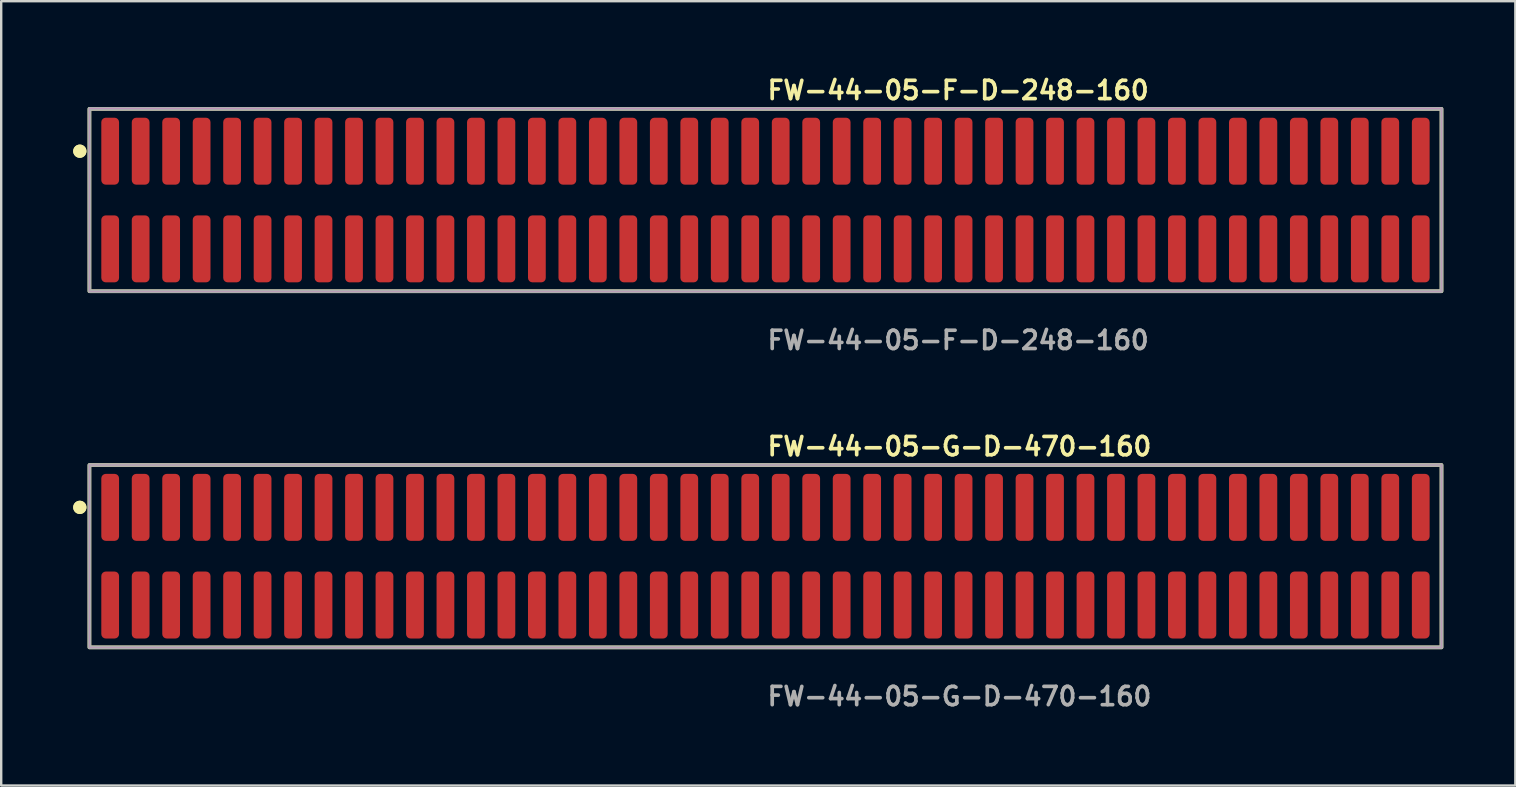
<source format=kicad_pcb>
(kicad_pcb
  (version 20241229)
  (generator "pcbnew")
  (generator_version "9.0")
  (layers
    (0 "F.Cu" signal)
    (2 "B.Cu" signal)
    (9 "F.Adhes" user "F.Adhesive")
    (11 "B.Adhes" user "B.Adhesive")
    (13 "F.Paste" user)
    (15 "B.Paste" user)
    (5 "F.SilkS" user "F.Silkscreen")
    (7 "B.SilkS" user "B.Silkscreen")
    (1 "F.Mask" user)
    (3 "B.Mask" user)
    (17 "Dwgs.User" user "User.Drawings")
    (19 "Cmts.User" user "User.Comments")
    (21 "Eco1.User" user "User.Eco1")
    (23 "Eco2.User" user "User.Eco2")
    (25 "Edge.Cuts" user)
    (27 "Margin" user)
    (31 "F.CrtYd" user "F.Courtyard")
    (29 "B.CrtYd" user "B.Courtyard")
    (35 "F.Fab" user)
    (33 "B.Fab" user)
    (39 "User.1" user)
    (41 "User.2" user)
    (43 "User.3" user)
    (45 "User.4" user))
  (footprint "FW-44-05-G-D-470-160"
    (layer "F.Cu")
    (at 28.846 20.126)
    (property "Reference" "FW-44-05-G-D-470-160" (at 0 -4.572 0) (unlocked yes) (layer "F.SilkS") (effects (font (size 0.762 0.762) (thickness 0.152)) (justify left)))
    (fp_rect (start -28.17 3.8) (end 28.17 -3.8) (stroke (width 0.152) (type solid)) (fill no) (layer "F.SilkS"))
    (fp_circle (center -28.57 -2.035) (end -28.77 -2.035) (stroke (width 0.152) (type solid)) (fill yes) (layer "F.SilkS"))
    (fp_circle (center -28.57 -2.035) (end -28.77 -2.035) (stroke (width 0.152) (type solid)) (fill yes) (layer "F.SilkS"))
    (fp_rect (start -28.17 3.8) (end 28.17 -3.8) (stroke (width 0.006) (type solid)) (fill no) (layer "F.CrtYd"))
    (fp_rect (start -28.17 3.8) (end 28.17 -3.8) (stroke (width 0.152) (type solid)) (fill no) (layer "F.Fab"))
    (fp_text user "${REFERENCE}" (at 0 5.842 0) (unlocked yes) (layer "F.Fab") (effects (font (size 0.762 0.762) (thickness 0.152)) (justify left)))
    (pad "1" smd roundrect (at -27.305 -2.035) (size 0.74 2.79) (layers "F.Cu" "F.Paste") (roundrect_rratio 0.25))
    (pad "2" smd roundrect (at -27.305 2.035) (size 0.74 2.79) (layers "F.Cu" "F.Paste") (roundrect_rratio 0.25))
    (pad "3" smd roundrect (at -26.035 -2.035) (size 0.74 2.79) (layers "F.Cu" "F.Paste") (roundrect_rratio 0.25))
    (pad "4" smd roundrect (at -26.035 2.035) (size 0.74 2.79) (layers "F.Cu" "F.Paste") (roundrect_rratio 0.25))
    (pad "5" smd roundrect (at -24.765 -2.035) (size 0.74 2.79) (layers "F.Cu" "F.Paste") (roundrect_rratio 0.25))
    (pad "6" smd roundrect (at -24.765 2.035) (size 0.74 2.79) (layers "F.Cu" "F.Paste") (roundrect_rratio 0.25))
    (pad "7" smd roundrect (at -23.495 -2.035) (size 0.74 2.79) (layers "F.Cu" "F.Paste") (roundrect_rratio 0.25))
    (pad "8" smd roundrect (at -23.495 2.035) (size 0.74 2.79) (layers "F.Cu" "F.Paste") (roundrect_rratio 0.25))
    (pad "9" smd roundrect (at -22.225 -2.035) (size 0.74 2.79) (layers "F.Cu" "F.Paste") (roundrect_rratio 0.25))
    (pad "10" smd roundrect (at -22.225 2.035) (size 0.74 2.79) (layers "F.Cu" "F.Paste") (roundrect_rratio 0.25))
    (pad "11" smd roundrect (at -20.955 -2.035) (size 0.74 2.79) (layers "F.Cu" "F.Paste") (roundrect_rratio 0.25))
    (pad "12" smd roundrect (at -20.955 2.035) (size 0.74 2.79) (layers "F.Cu" "F.Paste") (roundrect_rratio 0.25))
    (pad "13" smd roundrect (at -19.685 -2.035) (size 0.74 2.79) (layers "F.Cu" "F.Paste") (roundrect_rratio 0.25))
    (pad "14" smd roundrect (at -19.685 2.035) (size 0.74 2.79) (layers "F.Cu" "F.Paste") (roundrect_rratio 0.25))
    (pad "15" smd roundrect (at -18.415 -2.035) (size 0.74 2.79) (layers "F.Cu" "F.Paste") (roundrect_rratio 0.25))
    (pad "16" smd roundrect (at -18.415 2.035) (size 0.74 2.79) (layers "F.Cu" "F.Paste") (roundrect_rratio 0.25))
    (pad "17" smd roundrect (at -17.145 -2.035) (size 0.74 2.79) (layers "F.Cu" "F.Paste") (roundrect_rratio 0.25))
    (pad "18" smd roundrect (at -17.145 2.035) (size 0.74 2.79) (layers "F.Cu" "F.Paste") (roundrect_rratio 0.25))
    (pad "19" smd roundrect (at -15.875 -2.035) (size 0.74 2.79) (layers "F.Cu" "F.Paste") (roundrect_rratio 0.25))
    (pad "20" smd roundrect (at -15.875 2.035) (size 0.74 2.79) (layers "F.Cu" "F.Paste") (roundrect_rratio 0.25))
    (pad "21" smd roundrect (at -14.605 -2.035) (size 0.74 2.79) (layers "F.Cu" "F.Paste") (roundrect_rratio 0.25))
    (pad "22" smd roundrect (at -14.605 2.035) (size 0.74 2.79) (layers "F.Cu" "F.Paste") (roundrect_rratio 0.25))
    (pad "23" smd roundrect (at -13.335 -2.035) (size 0.74 2.79) (layers "F.Cu" "F.Paste") (roundrect_rratio 0.25))
    (pad "24" smd roundrect (at -13.335 2.035) (size 0.74 2.79) (layers "F.Cu" "F.Paste") (roundrect_rratio 0.25))
    (pad "25" smd roundrect (at -12.065 -2.035) (size 0.74 2.79) (layers "F.Cu" "F.Paste") (roundrect_rratio 0.25))
    (pad "26" smd roundrect (at -12.065 2.035) (size 0.74 2.79) (layers "F.Cu" "F.Paste") (roundrect_rratio 0.25))
    (pad "27" smd roundrect (at -10.795 -2.035) (size 0.74 2.79) (layers "F.Cu" "F.Paste") (roundrect_rratio 0.25))
    (pad "28" smd roundrect (at -10.795 2.035) (size 0.74 2.79) (layers "F.Cu" "F.Paste") (roundrect_rratio 0.25))
    (pad "29" smd roundrect (at -9.525 -2.035) (size 0.74 2.79) (layers "F.Cu" "F.Paste") (roundrect_rratio 0.25))
    (pad "30" smd roundrect (at -9.525 2.035) (size 0.74 2.79) (layers "F.Cu" "F.Paste") (roundrect_rratio 0.25))
    (pad "31" smd roundrect (at -8.255 -2.035) (size 0.74 2.79) (layers "F.Cu" "F.Paste") (roundrect_rratio 0.25))
    (pad "32" smd roundrect (at -8.255 2.035) (size 0.74 2.79) (layers "F.Cu" "F.Paste") (roundrect_rratio 0.25))
    (pad "33" smd roundrect (at -6.985 -2.035) (size 0.74 2.79) (layers "F.Cu" "F.Paste") (roundrect_rratio 0.25))
    (pad "34" smd roundrect (at -6.985 2.035) (size 0.74 2.79) (layers "F.Cu" "F.Paste") (roundrect_rratio 0.25))
    (pad "35" smd roundrect (at -5.715 -2.035) (size 0.74 2.79) (layers "F.Cu" "F.Paste") (roundrect_rratio 0.25))
    (pad "36" smd roundrect (at -5.715 2.035) (size 0.74 2.79) (layers "F.Cu" "F.Paste") (roundrect_rratio 0.25))
    (pad "37" smd roundrect (at -4.445 -2.035) (size 0.74 2.79) (layers "F.Cu" "F.Paste") (roundrect_rratio 0.25))
    (pad "38" smd roundrect (at -4.445 2.035) (size 0.74 2.79) (layers "F.Cu" "F.Paste") (roundrect_rratio 0.25))
    (pad "39" smd roundrect (at -3.175 -2.035) (size 0.74 2.79) (layers "F.Cu" "F.Paste") (roundrect_rratio 0.25))
    (pad "40" smd roundrect (at -3.175 2.035) (size 0.74 2.79) (layers "F.Cu" "F.Paste") (roundrect_rratio 0.25))
    (pad "41" smd roundrect (at -1.905 -2.035) (size 0.74 2.79) (layers "F.Cu" "F.Paste") (roundrect_rratio 0.25))
    (pad "42" smd roundrect (at -1.905 2.035) (size 0.74 2.79) (layers "F.Cu" "F.Paste") (roundrect_rratio 0.25))
    (pad "43" smd roundrect (at -0.635 -2.035) (size 0.74 2.79) (layers "F.Cu" "F.Paste") (roundrect_rratio 0.25))
    (pad "44" smd roundrect (at -0.635 2.035) (size 0.74 2.79) (layers "F.Cu" "F.Paste") (roundrect_rratio 0.25))
    (pad "45" smd roundrect (at 0.635 -2.035) (size 0.74 2.79) (layers "F.Cu" "F.Paste") (roundrect_rratio 0.25))
    (pad "46" smd roundrect (at 0.635 2.035) (size 0.74 2.79) (layers "F.Cu" "F.Paste") (roundrect_rratio 0.25))
    (pad "47" smd roundrect (at 1.905 -2.035) (size 0.74 2.79) (layers "F.Cu" "F.Paste") (roundrect_rratio 0.25))
    (pad "48" smd roundrect (at 1.905 2.035) (size 0.74 2.79) (layers "F.Cu" "F.Paste") (roundrect_rratio 0.25))
    (pad "49" smd roundrect (at 3.175 -2.035) (size 0.74 2.79) (layers "F.Cu" "F.Paste") (roundrect_rratio 0.25))
    (pad "50" smd roundrect (at 3.175 2.035) (size 0.74 2.79) (layers "F.Cu" "F.Paste") (roundrect_rratio 0.25))
    (pad "51" smd roundrect (at 4.445 -2.035) (size 0.74 2.79) (layers "F.Cu" "F.Paste") (roundrect_rratio 0.25))
    (pad "52" smd roundrect (at 4.445 2.035) (size 0.74 2.79) (layers "F.Cu" "F.Paste") (roundrect_rratio 0.25))
    (pad "53" smd roundrect (at 5.715 -2.035) (size 0.74 2.79) (layers "F.Cu" "F.Paste") (roundrect_rratio 0.25))
    (pad "54" smd roundrect (at 5.715 2.035) (size 0.74 2.79) (layers "F.Cu" "F.Paste") (roundrect_rratio 0.25))
    (pad "55" smd roundrect (at 6.985 -2.035) (size 0.74 2.79) (layers "F.Cu" "F.Paste") (roundrect_rratio 0.25))
    (pad "56" smd roundrect (at 6.985 2.035) (size 0.74 2.79) (layers "F.Cu" "F.Paste") (roundrect_rratio 0.25))
    (pad "57" smd roundrect (at 8.255 -2.035) (size 0.74 2.79) (layers "F.Cu" "F.Paste") (roundrect_rratio 0.25))
    (pad "58" smd roundrect (at 8.255 2.035) (size 0.74 2.79) (layers "F.Cu" "F.Paste") (roundrect_rratio 0.25))
    (pad "59" smd roundrect (at 9.525 -2.035) (size 0.74 2.79) (layers "F.Cu" "F.Paste") (roundrect_rratio 0.25))
    (pad "60" smd roundrect (at 9.525 2.035) (size 0.74 2.79) (layers "F.Cu" "F.Paste") (roundrect_rratio 0.25))
    (pad "61" smd roundrect (at 10.795 -2.035) (size 0.74 2.79) (layers "F.Cu" "F.Paste") (roundrect_rratio 0.25))
    (pad "62" smd roundrect (at 10.795 2.035) (size 0.74 2.79) (layers "F.Cu" "F.Paste") (roundrect_rratio 0.25))
    (pad "63" smd roundrect (at 12.065 -2.035) (size 0.74 2.79) (layers "F.Cu" "F.Paste") (roundrect_rratio 0.25))
    (pad "64" smd roundrect (at 12.065 2.035) (size 0.74 2.79) (layers "F.Cu" "F.Paste") (roundrect_rratio 0.25))
    (pad "65" smd roundrect (at 13.335 -2.035) (size 0.74 2.79) (layers "F.Cu" "F.Paste") (roundrect_rratio 0.25))
    (pad "66" smd roundrect (at 13.335 2.035) (size 0.74 2.79) (layers "F.Cu" "F.Paste") (roundrect_rratio 0.25))
    (pad "67" smd roundrect (at 14.605 -2.035) (size 0.74 2.79) (layers "F.Cu" "F.Paste") (roundrect_rratio 0.25))
    (pad "68" smd roundrect (at 14.605 2.035) (size 0.74 2.79) (layers "F.Cu" "F.Paste") (roundrect_rratio 0.25))
    (pad "69" smd roundrect (at 15.875 -2.035) (size 0.74 2.79) (layers "F.Cu" "F.Paste") (roundrect_rratio 0.25))
    (pad "70" smd roundrect (at 15.875 2.035) (size 0.74 2.79) (layers "F.Cu" "F.Paste") (roundrect_rratio 0.25))
    (pad "71" smd roundrect (at 17.145 -2.035) (size 0.74 2.79) (layers "F.Cu" "F.Paste") (roundrect_rratio 0.25))
    (pad "72" smd roundrect (at 17.145 2.035) (size 0.74 2.79) (layers "F.Cu" "F.Paste") (roundrect_rratio 0.25))
    (pad "73" smd roundrect (at 18.415 -2.035) (size 0.74 2.79) (layers "F.Cu" "F.Paste") (roundrect_rratio 0.25))
    (pad "74" smd roundrect (at 18.415 2.035) (size 0.74 2.79) (layers "F.Cu" "F.Paste") (roundrect_rratio 0.25))
    (pad "75" smd roundrect (at 19.685 -2.035) (size 0.74 2.79) (layers "F.Cu" "F.Paste") (roundrect_rratio 0.25))
    (pad "76" smd roundrect (at 19.685 2.035) (size 0.74 2.79) (layers "F.Cu" "F.Paste") (roundrect_rratio 0.25))
    (pad "77" smd roundrect (at 20.955 -2.035) (size 0.74 2.79) (layers "F.Cu" "F.Paste") (roundrect_rratio 0.25))
    (pad "78" smd roundrect (at 20.955 2.035) (size 0.74 2.79) (layers "F.Cu" "F.Paste") (roundrect_rratio 0.25))
    (pad "79" smd roundrect (at 22.225 -2.035) (size 0.74 2.79) (layers "F.Cu" "F.Paste") (roundrect_rratio 0.25))
    (pad "80" smd roundrect (at 22.225 2.035) (size 0.74 2.79) (layers "F.Cu" "F.Paste") (roundrect_rratio 0.25))
    (pad "81" smd roundrect (at 23.495 -2.035) (size 0.74 2.79) (layers "F.Cu" "F.Paste") (roundrect_rratio 0.25))
    (pad "82" smd roundrect (at 23.495 2.035) (size 0.74 2.79) (layers "F.Cu" "F.Paste") (roundrect_rratio 0.25))
    (pad "83" smd roundrect (at 24.765 -2.035) (size 0.74 2.79) (layers "F.Cu" "F.Paste") (roundrect_rratio 0.25))
    (pad "84" smd roundrect (at 24.765 2.035) (size 0.74 2.79) (layers "F.Cu" "F.Paste") (roundrect_rratio 0.25))
    (pad "85" smd roundrect (at 26.035 -2.035) (size 0.74 2.79) (layers "F.Cu" "F.Paste") (roundrect_rratio 0.25))
    (pad "86" smd roundrect (at 26.035 2.035) (size 0.74 2.79) (layers "F.Cu" "F.Paste") (roundrect_rratio 0.25))
    (pad "87" smd roundrect (at 27.305 -2.035) (size 0.74 2.79) (layers "F.Cu" "F.Paste") (roundrect_rratio 0.25))
    (pad "88" smd roundrect (at 27.305 2.035) (size 0.74 2.79) (layers "F.Cu" "F.Paste") (roundrect_rratio 0.25)))
  (footprint "FW-44-05-F-D-248-160"
    (layer "F.Cu")
    (at 28.846 5.285)
    (property "Reference" "FW-44-05-F-D-248-160" (at 0 -4.572 0) (unlocked yes) (layer "F.SilkS") (effects (font (size 0.762 0.762) (thickness 0.152)) (justify left)))
    (fp_rect (start -28.17 3.8) (end 28.17 -3.8) (stroke (width 0.152) (type solid)) (fill no) (layer "F.SilkS"))
    (fp_circle (center -28.57 -2.035) (end -28.77 -2.035) (stroke (width 0.152) (type solid)) (fill yes) (layer "F.SilkS"))
    (fp_circle (center -28.57 -2.035) (end -28.77 -2.035) (stroke (width 0.152) (type solid)) (fill yes) (layer "F.SilkS"))
    (fp_rect (start -28.17 3.8) (end 28.17 -3.8) (stroke (width 0.006) (type solid)) (fill no) (layer "F.CrtYd"))
    (fp_rect (start -28.17 3.8) (end 28.17 -3.8) (stroke (width 0.152) (type solid)) (fill no) (layer "F.Fab"))
    (fp_text user "${REFERENCE}" (at 0 5.842 0) (unlocked yes) (layer "F.Fab") (effects (font (size 0.762 0.762) (thickness 0.152)) (justify left)))
    (pad "1" smd roundrect (at -27.305 -2.035) (size 0.74 2.79) (layers "F.Cu" "F.Paste") (roundrect_rratio 0.25))
    (pad "2" smd roundrect (at -27.305 2.035) (size 0.74 2.79) (layers "F.Cu" "F.Paste") (roundrect_rratio 0.25))
    (pad "3" smd roundrect (at -26.035 -2.035) (size 0.74 2.79) (layers "F.Cu" "F.Paste") (roundrect_rratio 0.25))
    (pad "4" smd roundrect (at -26.035 2.035) (size 0.74 2.79) (layers "F.Cu" "F.Paste") (roundrect_rratio 0.25))
    (pad "5" smd roundrect (at -24.765 -2.035) (size 0.74 2.79) (layers "F.Cu" "F.Paste") (roundrect_rratio 0.25))
    (pad "6" smd roundrect (at -24.765 2.035) (size 0.74 2.79) (layers "F.Cu" "F.Paste") (roundrect_rratio 0.25))
    (pad "7" smd roundrect (at -23.495 -2.035) (size 0.74 2.79) (layers "F.Cu" "F.Paste") (roundrect_rratio 0.25))
    (pad "8" smd roundrect (at -23.495 2.035) (size 0.74 2.79) (layers "F.Cu" "F.Paste") (roundrect_rratio 0.25))
    (pad "9" smd roundrect (at -22.225 -2.035) (size 0.74 2.79) (layers "F.Cu" "F.Paste") (roundrect_rratio 0.25))
    (pad "10" smd roundrect (at -22.225 2.035) (size 0.74 2.79) (layers "F.Cu" "F.Paste") (roundrect_rratio 0.25))
    (pad "11" smd roundrect (at -20.955 -2.035) (size 0.74 2.79) (layers "F.Cu" "F.Paste") (roundrect_rratio 0.25))
    (pad "12" smd roundrect (at -20.955 2.035) (size 0.74 2.79) (layers "F.Cu" "F.Paste") (roundrect_rratio 0.25))
    (pad "13" smd roundrect (at -19.685 -2.035) (size 0.74 2.79) (layers "F.Cu" "F.Paste") (roundrect_rratio 0.25))
    (pad "14" smd roundrect (at -19.685 2.035) (size 0.74 2.79) (layers "F.Cu" "F.Paste") (roundrect_rratio 0.25))
    (pad "15" smd roundrect (at -18.415 -2.035) (size 0.74 2.79) (layers "F.Cu" "F.Paste") (roundrect_rratio 0.25))
    (pad "16" smd roundrect (at -18.415 2.035) (size 0.74 2.79) (layers "F.Cu" "F.Paste") (roundrect_rratio 0.25))
    (pad "17" smd roundrect (at -17.145 -2.035) (size 0.74 2.79) (layers "F.Cu" "F.Paste") (roundrect_rratio 0.25))
    (pad "18" smd roundrect (at -17.145 2.035) (size 0.74 2.79) (layers "F.Cu" "F.Paste") (roundrect_rratio 0.25))
    (pad "19" smd roundrect (at -15.875 -2.035) (size 0.74 2.79) (layers "F.Cu" "F.Paste") (roundrect_rratio 0.25))
    (pad "20" smd roundrect (at -15.875 2.035) (size 0.74 2.79) (layers "F.Cu" "F.Paste") (roundrect_rratio 0.25))
    (pad "21" smd roundrect (at -14.605 -2.035) (size 0.74 2.79) (layers "F.Cu" "F.Paste") (roundrect_rratio 0.25))
    (pad "22" smd roundrect (at -14.605 2.035) (size 0.74 2.79) (layers "F.Cu" "F.Paste") (roundrect_rratio 0.25))
    (pad "23" smd roundrect (at -13.335 -2.035) (size 0.74 2.79) (layers "F.Cu" "F.Paste") (roundrect_rratio 0.25))
    (pad "24" smd roundrect (at -13.335 2.035) (size 0.74 2.79) (layers "F.Cu" "F.Paste") (roundrect_rratio 0.25))
    (pad "25" smd roundrect (at -12.065 -2.035) (size 0.74 2.79) (layers "F.Cu" "F.Paste") (roundrect_rratio 0.25))
    (pad "26" smd roundrect (at -12.065 2.035) (size 0.74 2.79) (layers "F.Cu" "F.Paste") (roundrect_rratio 0.25))
    (pad "27" smd roundrect (at -10.795 -2.035) (size 0.74 2.79) (layers "F.Cu" "F.Paste") (roundrect_rratio 0.25))
    (pad "28" smd roundrect (at -10.795 2.035) (size 0.74 2.79) (layers "F.Cu" "F.Paste") (roundrect_rratio 0.25))
    (pad "29" smd roundrect (at -9.525 -2.035) (size 0.74 2.79) (layers "F.Cu" "F.Paste") (roundrect_rratio 0.25))
    (pad "30" smd roundrect (at -9.525 2.035) (size 0.74 2.79) (layers "F.Cu" "F.Paste") (roundrect_rratio 0.25))
    (pad "31" smd roundrect (at -8.255 -2.035) (size 0.74 2.79) (layers "F.Cu" "F.Paste") (roundrect_rratio 0.25))
    (pad "32" smd roundrect (at -8.255 2.035) (size 0.74 2.79) (layers "F.Cu" "F.Paste") (roundrect_rratio 0.25))
    (pad "33" smd roundrect (at -6.985 -2.035) (size 0.74 2.79) (layers "F.Cu" "F.Paste") (roundrect_rratio 0.25))
    (pad "34" smd roundrect (at -6.985 2.035) (size 0.74 2.79) (layers "F.Cu" "F.Paste") (roundrect_rratio 0.25))
    (pad "35" smd roundrect (at -5.715 -2.035) (size 0.74 2.79) (layers "F.Cu" "F.Paste") (roundrect_rratio 0.25))
    (pad "36" smd roundrect (at -5.715 2.035) (size 0.74 2.79) (layers "F.Cu" "F.Paste") (roundrect_rratio 0.25))
    (pad "37" smd roundrect (at -4.445 -2.035) (size 0.74 2.79) (layers "F.Cu" "F.Paste") (roundrect_rratio 0.25))
    (pad "38" smd roundrect (at -4.445 2.035) (size 0.74 2.79) (layers "F.Cu" "F.Paste") (roundrect_rratio 0.25))
    (pad "39" smd roundrect (at -3.175 -2.035) (size 0.74 2.79) (layers "F.Cu" "F.Paste") (roundrect_rratio 0.25))
    (pad "40" smd roundrect (at -3.175 2.035) (size 0.74 2.79) (layers "F.Cu" "F.Paste") (roundrect_rratio 0.25))
    (pad "41" smd roundrect (at -1.905 -2.035) (size 0.74 2.79) (layers "F.Cu" "F.Paste") (roundrect_rratio 0.25))
    (pad "42" smd roundrect (at -1.905 2.035) (size 0.74 2.79) (layers "F.Cu" "F.Paste") (roundrect_rratio 0.25))
    (pad "43" smd roundrect (at -0.635 -2.035) (size 0.74 2.79) (layers "F.Cu" "F.Paste") (roundrect_rratio 0.25))
    (pad "44" smd roundrect (at -0.635 2.035) (size 0.74 2.79) (layers "F.Cu" "F.Paste") (roundrect_rratio 0.25))
    (pad "45" smd roundrect (at 0.635 -2.035) (size 0.74 2.79) (layers "F.Cu" "F.Paste") (roundrect_rratio 0.25))
    (pad "46" smd roundrect (at 0.635 2.035) (size 0.74 2.79) (layers "F.Cu" "F.Paste") (roundrect_rratio 0.25))
    (pad "47" smd roundrect (at 1.905 -2.035) (size 0.74 2.79) (layers "F.Cu" "F.Paste") (roundrect_rratio 0.25))
    (pad "48" smd roundrect (at 1.905 2.035) (size 0.74 2.79) (layers "F.Cu" "F.Paste") (roundrect_rratio 0.25))
    (pad "49" smd roundrect (at 3.175 -2.035) (size 0.74 2.79) (layers "F.Cu" "F.Paste") (roundrect_rratio 0.25))
    (pad "50" smd roundrect (at 3.175 2.035) (size 0.74 2.79) (layers "F.Cu" "F.Paste") (roundrect_rratio 0.25))
    (pad "51" smd roundrect (at 4.445 -2.035) (size 0.74 2.79) (layers "F.Cu" "F.Paste") (roundrect_rratio 0.25))
    (pad "52" smd roundrect (at 4.445 2.035) (size 0.74 2.79) (layers "F.Cu" "F.Paste") (roundrect_rratio 0.25))
    (pad "53" smd roundrect (at 5.715 -2.035) (size 0.74 2.79) (layers "F.Cu" "F.Paste") (roundrect_rratio 0.25))
    (pad "54" smd roundrect (at 5.715 2.035) (size 0.74 2.79) (layers "F.Cu" "F.Paste") (roundrect_rratio 0.25))
    (pad "55" smd roundrect (at 6.985 -2.035) (size 0.74 2.79) (layers "F.Cu" "F.Paste") (roundrect_rratio 0.25))
    (pad "56" smd roundrect (at 6.985 2.035) (size 0.74 2.79) (layers "F.Cu" "F.Paste") (roundrect_rratio 0.25))
    (pad "57" smd roundrect (at 8.255 -2.035) (size 0.74 2.79) (layers "F.Cu" "F.Paste") (roundrect_rratio 0.25))
    (pad "58" smd roundrect (at 8.255 2.035) (size 0.74 2.79) (layers "F.Cu" "F.Paste") (roundrect_rratio 0.25))
    (pad "59" smd roundrect (at 9.525 -2.035) (size 0.74 2.79) (layers "F.Cu" "F.Paste") (roundrect_rratio 0.25))
    (pad "60" smd roundrect (at 9.525 2.035) (size 0.74 2.79) (layers "F.Cu" "F.Paste") (roundrect_rratio 0.25))
    (pad "61" smd roundrect (at 10.795 -2.035) (size 0.74 2.79) (layers "F.Cu" "F.Paste") (roundrect_rratio 0.25))
    (pad "62" smd roundrect (at 10.795 2.035) (size 0.74 2.79) (layers "F.Cu" "F.Paste") (roundrect_rratio 0.25))
    (pad "63" smd roundrect (at 12.065 -2.035) (size 0.74 2.79) (layers "F.Cu" "F.Paste") (roundrect_rratio 0.25))
    (pad "64" smd roundrect (at 12.065 2.035) (size 0.74 2.79) (layers "F.Cu" "F.Paste") (roundrect_rratio 0.25))
    (pad "65" smd roundrect (at 13.335 -2.035) (size 0.74 2.79) (layers "F.Cu" "F.Paste") (roundrect_rratio 0.25))
    (pad "66" smd roundrect (at 13.335 2.035) (size 0.74 2.79) (layers "F.Cu" "F.Paste") (roundrect_rratio 0.25))
    (pad "67" smd roundrect (at 14.605 -2.035) (size 0.74 2.79) (layers "F.Cu" "F.Paste") (roundrect_rratio 0.25))
    (pad "68" smd roundrect (at 14.605 2.035) (size 0.74 2.79) (layers "F.Cu" "F.Paste") (roundrect_rratio 0.25))
    (pad "69" smd roundrect (at 15.875 -2.035) (size 0.74 2.79) (layers "F.Cu" "F.Paste") (roundrect_rratio 0.25))
    (pad "70" smd roundrect (at 15.875 2.035) (size 0.74 2.79) (layers "F.Cu" "F.Paste") (roundrect_rratio 0.25))
    (pad "71" smd roundrect (at 17.145 -2.035) (size 0.74 2.79) (layers "F.Cu" "F.Paste") (roundrect_rratio 0.25))
    (pad "72" smd roundrect (at 17.145 2.035) (size 0.74 2.79) (layers "F.Cu" "F.Paste") (roundrect_rratio 0.25))
    (pad "73" smd roundrect (at 18.415 -2.035) (size 0.74 2.79) (layers "F.Cu" "F.Paste") (roundrect_rratio 0.25))
    (pad "74" smd roundrect (at 18.415 2.035) (size 0.74 2.79) (layers "F.Cu" "F.Paste") (roundrect_rratio 0.25))
    (pad "75" smd roundrect (at 19.685 -2.035) (size 0.74 2.79) (layers "F.Cu" "F.Paste") (roundrect_rratio 0.25))
    (pad "76" smd roundrect (at 19.685 2.035) (size 0.74 2.79) (layers "F.Cu" "F.Paste") (roundrect_rratio 0.25))
    (pad "77" smd roundrect (at 20.955 -2.035) (size 0.74 2.79) (layers "F.Cu" "F.Paste") (roundrect_rratio 0.25))
    (pad "78" smd roundrect (at 20.955 2.035) (size 0.74 2.79) (layers "F.Cu" "F.Paste") (roundrect_rratio 0.25))
    (pad "79" smd roundrect (at 22.225 -2.035) (size 0.74 2.79) (layers "F.Cu" "F.Paste") (roundrect_rratio 0.25))
    (pad "80" smd roundrect (at 22.225 2.035) (size 0.74 2.79) (layers "F.Cu" "F.Paste") (roundrect_rratio 0.25))
    (pad "81" smd roundrect (at 23.495 -2.035) (size 0.74 2.79) (layers "F.Cu" "F.Paste") (roundrect_rratio 0.25))
    (pad "82" smd roundrect (at 23.495 2.035) (size 0.74 2.79) (layers "F.Cu" "F.Paste") (roundrect_rratio 0.25))
    (pad "83" smd roundrect (at 24.765 -2.035) (size 0.74 2.79) (layers "F.Cu" "F.Paste") (roundrect_rratio 0.25))
    (pad "84" smd roundrect (at 24.765 2.035) (size 0.74 2.79) (layers "F.Cu" "F.Paste") (roundrect_rratio 0.25))
    (pad "85" smd roundrect (at 26.035 -2.035) (size 0.74 2.79) (layers "F.Cu" "F.Paste") (roundrect_rratio 0.25))
    (pad "86" smd roundrect (at 26.035 2.035) (size 0.74 2.79) (layers "F.Cu" "F.Paste") (roundrect_rratio 0.25))
    (pad "87" smd roundrect (at 27.305 -2.035) (size 0.74 2.79) (layers "F.Cu" "F.Paste") (roundrect_rratio 0.25))
    (pad "88" smd roundrect (at 27.305 2.035) (size 0.74 2.79) (layers "F.Cu" "F.Paste") (roundrect_rratio 0.25)))
  (gr_rect
    (start -3 -3)
    (end 60.092 29.681)
    (stroke (width 0.1) (type default))
    (fill no)
    (layer "Edge.Cuts")))
</source>
